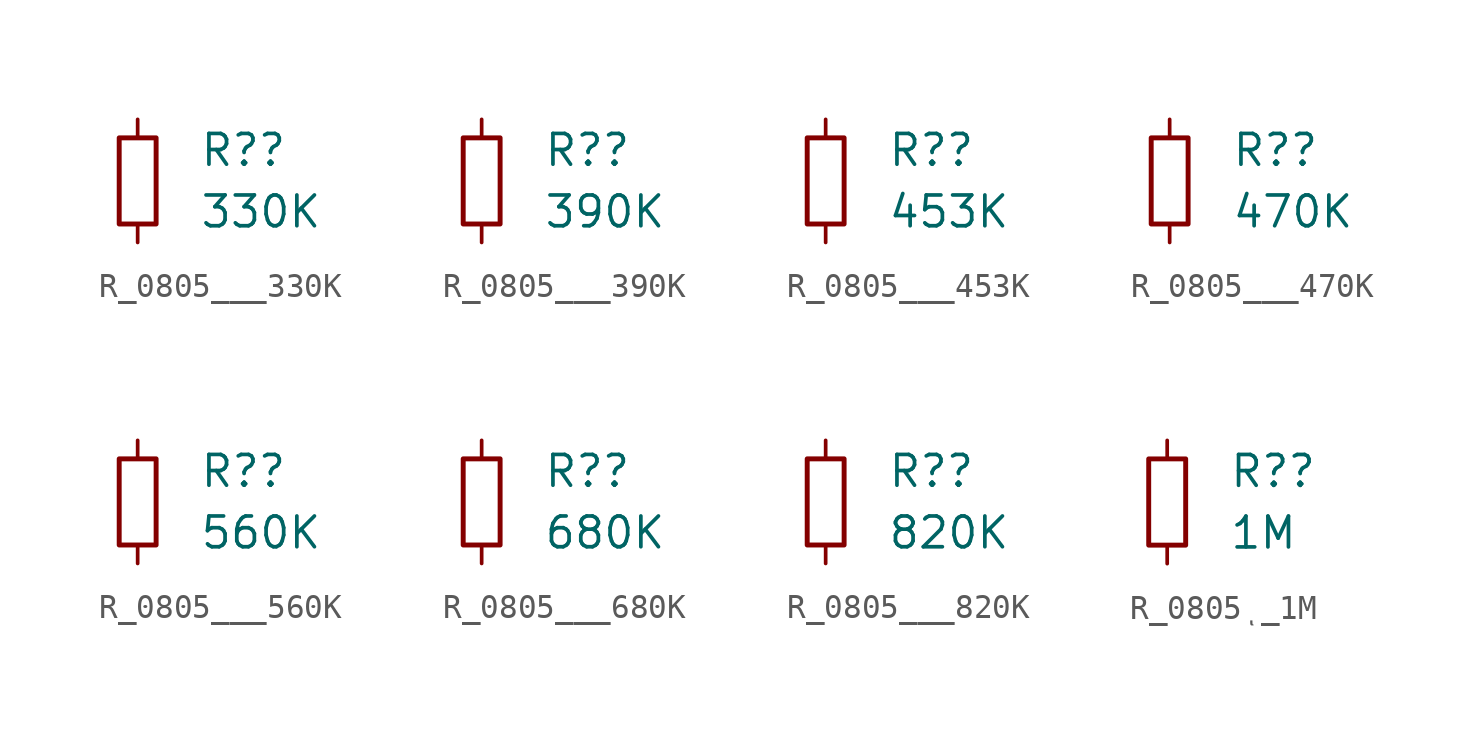
<source format=kicad_sym>
(kicad_symbol_lib
  (version 20231120)
  (generator "kicad_symbol_editor")
  (generator_version "8.0")
  (symbol "R_0805___330K"
    (pin_numbers hide)
    (pin_names
      (offset 0.254) hide)
    (property "Reference" "R?"
      (at 2.54 1.27 0)
      (effects (font (size 1.27 1.27)) (justify left)))
    (property "Value" "330K"
      (at 2.54 -1.27 0)
      (effects (font (size 1.27 1.27)) (justify left)))
    (symbol "R_0805___330K_0_1"
      (rectangle (start -0.762 1.778) (end 0.762 -1.778) (stroke (width 0.203) (type default)) (fill (type none))))
    (symbol "R_0805___330K_1_1"
      (pin passive line (at 0 2.54 270) (length 0.762) (name "~" (effects (font (size 1.27 1.27)))) (number "1" (effects (font (size 1.27 1.27)))))
      (pin passive line (at 0 -2.54 90) (length 0.762) (name "~" (effects (font (size 1.27 1.27)))) (number "2" (effects (font (size 1.27 1.27)))))))
  (symbol "R_0805___390K"
    (pin_numbers hide)
    (pin_names
      (offset 0.254) hide)
    (property "Reference" "R?"
      (at 2.54 1.27 0)
      (effects (font (size 1.27 1.27)) (justify left)))
    (property "Value" "390K"
      (at 2.54 -1.27 0)
      (effects (font (size 1.27 1.27)) (justify left)))
    (symbol "R_0805___390K_0_1"
      (rectangle (start -0.762 1.778) (end 0.762 -1.778) (stroke (width 0.203) (type default)) (fill (type none))))
    (symbol "R_0805___390K_1_1"
      (pin passive line (at 0 2.54 270) (length 0.762) (name "~" (effects (font (size 1.27 1.27)))) (number "1" (effects (font (size 1.27 1.27)))))
      (pin passive line (at 0 -2.54 90) (length 0.762) (name "~" (effects (font (size 1.27 1.27)))) (number "2" (effects (font (size 1.27 1.27)))))))
  (symbol "R_0805___453K"
    (pin_numbers hide)
    (pin_names
      (offset 0.254) hide)
    (property "Reference" "R?"
      (at 2.54 1.27 0)
      (effects (font (size 1.27 1.27)) (justify left)))
    (property "Value" "453K"
      (at 2.54 -1.27 0)
      (effects (font (size 1.27 1.27)) (justify left)))
    (symbol "R_0805___453K_0_1"
      (rectangle (start -0.762 1.778) (end 0.762 -1.778) (stroke (width 0.203) (type default)) (fill (type none))))
    (symbol "R_0805___453K_1_1"
      (pin passive line (at 0 2.54 270) (length 0.762) (name "~" (effects (font (size 1.27 1.27)))) (number "1" (effects (font (size 1.27 1.27)))))
      (pin passive line (at 0 -2.54 90) (length 0.762) (name "~" (effects (font (size 1.27 1.27)))) (number "2" (effects (font (size 1.27 1.27)))))))
  (symbol "R_0805___470K"
    (pin_numbers hide)
    (pin_names
      (offset 0.254) hide)
    (property "Reference" "R?"
      (at 2.54 1.27 0)
      (effects (font (size 1.27 1.27)) (justify left)))
    (property "Value" "470K"
      (at 2.54 -1.27 0)
      (effects (font (size 1.27 1.27)) (justify left)))
    (symbol "R_0805___470K_0_1"
      (rectangle (start -0.762 1.778) (end 0.762 -1.778) (stroke (width 0.203) (type default)) (fill (type none))))
    (symbol "R_0805___470K_1_1"
      (pin passive line (at 0 2.54 270) (length 0.762) (name "~" (effects (font (size 1.27 1.27)))) (number "1" (effects (font (size 1.27 1.27)))))
      (pin passive line (at 0 -2.54 90) (length 0.762) (name "~" (effects (font (size 1.27 1.27)))) (number "2" (effects (font (size 1.27 1.27)))))))
  (symbol "R_0805___560K"
    (pin_numbers hide)
    (pin_names
      (offset 0.254) hide)
    (property "Reference" "R?"
      (at 2.54 1.27 0)
      (effects (font (size 1.27 1.27)) (justify left)))
    (property "Value" "560K"
      (at 2.54 -1.27 0)
      (effects (font (size 1.27 1.27)) (justify left)))
    (symbol "R_0805___560K_0_1"
      (rectangle (start -0.762 1.778) (end 0.762 -1.778) (stroke (width 0.203) (type default)) (fill (type none))))
    (symbol "R_0805___560K_1_1"
      (pin passive line (at 0 2.54 270) (length 0.762) (name "~" (effects (font (size 1.27 1.27)))) (number "1" (effects (font (size 1.27 1.27)))))
      (pin passive line (at 0 -2.54 90) (length 0.762) (name "~" (effects (font (size 1.27 1.27)))) (number "2" (effects (font (size 1.27 1.27)))))))
  (symbol "R_0805___680K"
    (pin_numbers hide)
    (pin_names
      (offset 0.254) hide)
    (property "Reference" "R?"
      (at 2.54 1.27 0)
      (effects (font (size 1.27 1.27)) (justify left)))
    (property "Value" "680K"
      (at 2.54 -1.27 0)
      (effects (font (size 1.27 1.27)) (justify left)))
    (symbol "R_0805___680K_0_1"
      (rectangle (start -0.762 1.778) (end 0.762 -1.778) (stroke (width 0.203) (type default)) (fill (type none))))
    (symbol "R_0805___680K_1_1"
      (pin passive line (at 0 2.54 270) (length 0.762) (name "~" (effects (font (size 1.27 1.27)))) (number "1" (effects (font (size 1.27 1.27)))))
      (pin passive line (at 0 -2.54 90) (length 0.762) (name "~" (effects (font (size 1.27 1.27)))) (number "2" (effects (font (size 1.27 1.27)))))))
  (symbol "R_0805___820K"
    (pin_numbers hide)
    (pin_names
      (offset 0.254) hide)
    (property "Reference" "R?"
      (at 2.54 1.27 0)
      (effects (font (size 1.27 1.27)) (justify left)))
    (property "Value" "820K"
      (at 2.54 -1.27 0)
      (effects (font (size 1.27 1.27)) (justify left)))
    (symbol "R_0805___820K_0_1"
      (rectangle (start -0.762 1.778) (end 0.762 -1.778) (stroke (width 0.203) (type default)) (fill (type none))))
    (symbol "R_0805___820K_1_1"
      (pin passive line (at 0 2.54 270) (length 0.762) (name "~" (effects (font (size 1.27 1.27)))) (number "1" (effects (font (size 1.27 1.27)))))
      (pin passive line (at 0 -2.54 90) (length 0.762) (name "~" (effects (font (size 1.27 1.27)))) (number "2" (effects (font (size 1.27 1.27)))))))
  (symbol "R_0805ͺ_1M"
    (pin_numbers hide)
    (pin_names
      (offset 0.254) hide)
    (property "Reference" "R?"
      (at 2.54 1.27 0)
      (effects (font (size 1.27 1.27)) (justify left)))
    (property "Value" "1M"
      (at 2.54 -1.27 0)
      (effects (font (size 1.27 1.27)) (justify left)))
    (symbol "R_0805ͺ_1M_0_1"
      (rectangle (start -0.762 1.778) (end 0.762 -1.778) (stroke (width 0.203) (type default)) (fill (type none))))
    (symbol "R_0805ͺ_1M_1_1"
      (pin passive line (at 0 2.54 270) (length 0.762) (name "~" (effects (font (size 1.27 1.27)))) (number "1" (effects (font (size 1.27 1.27)))))
      (pin passive line (at 0 -2.54 90) (length 0.762) (name "~" (effects (font (size 1.27 1.27)))) (number "2" (effects (font (size 1.27 1.27))))))))
</source>
